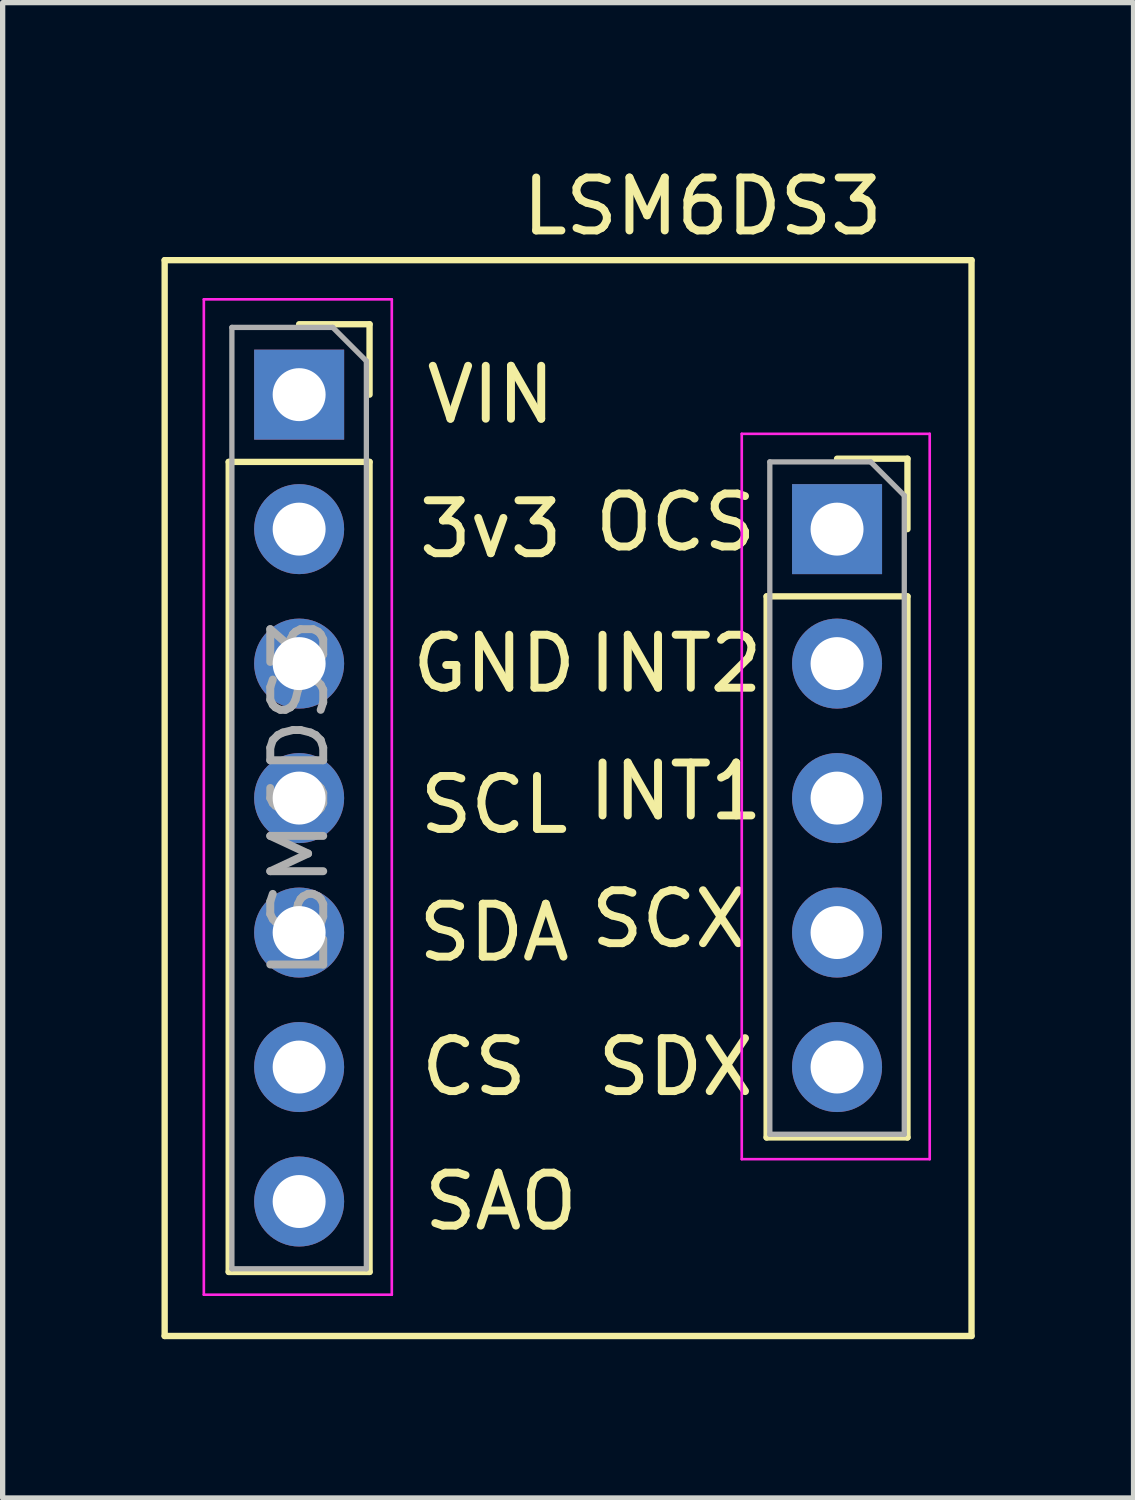
<source format=kicad_pcb>
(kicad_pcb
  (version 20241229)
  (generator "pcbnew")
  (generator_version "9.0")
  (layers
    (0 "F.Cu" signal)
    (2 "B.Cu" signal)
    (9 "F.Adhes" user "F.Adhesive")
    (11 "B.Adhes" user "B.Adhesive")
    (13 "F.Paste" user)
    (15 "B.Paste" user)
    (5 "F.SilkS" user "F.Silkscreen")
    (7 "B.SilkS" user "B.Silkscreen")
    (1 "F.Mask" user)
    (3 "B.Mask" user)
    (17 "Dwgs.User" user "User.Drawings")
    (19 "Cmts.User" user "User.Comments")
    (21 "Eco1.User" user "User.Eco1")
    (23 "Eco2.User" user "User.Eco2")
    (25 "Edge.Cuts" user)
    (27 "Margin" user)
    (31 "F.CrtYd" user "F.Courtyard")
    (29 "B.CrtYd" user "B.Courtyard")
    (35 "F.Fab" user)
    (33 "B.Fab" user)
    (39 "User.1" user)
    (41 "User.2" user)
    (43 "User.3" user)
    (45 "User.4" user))
  (footprint "LSM6DS3"
    (layer "F.Cu")
    (at 10.22 4.404)
    (property "Reference" "LSM6DS3" (at 0 -3.556 0) (layer "F.SilkS") (effects (font (size 1 1) (thickness 0.15))))
    (attr through_hole)
    (fp_line (start -10.16 -2.54) (end -10.16 17.78) (stroke (width 0.12) (type solid)) (layer "F.SilkS"))
    (fp_line (start -10.16 17.78) (end 5.08 17.78) (stroke (width 0.12) (type solid)) (layer "F.SilkS"))
    (fp_line (start -8.95 1.27) (end -8.95 16.57) (stroke (width 0.12) (type solid)) (layer "F.SilkS"))
    (fp_line (start -8.95 1.27) (end -6.29 1.27) (stroke (width 0.12) (type solid)) (layer "F.SilkS"))
    (fp_line (start -8.95 16.57) (end -6.29 16.57) (stroke (width 0.12) (type solid)) (layer "F.SilkS"))
    (fp_line (start -7.62 -1.33) (end -6.29 -1.33) (stroke (width 0.12) (type solid)) (layer "F.SilkS"))
    (fp_line (start -6.29 -1.33) (end -6.29 0) (stroke (width 0.12) (type solid)) (layer "F.SilkS"))
    (fp_line (start -6.29 1.27) (end -6.29 16.57) (stroke (width 0.12) (type solid)) (layer "F.SilkS"))
    (fp_line (start 1.21 3.81) (end 1.21 14.03) (stroke (width 0.12) (type solid)) (layer "F.SilkS"))
    (fp_line (start 1.21 3.81) (end 3.87 3.81) (stroke (width 0.12) (type solid)) (layer "F.SilkS"))
    (fp_line (start 1.21 14.03) (end 3.87 14.03) (stroke (width 0.12) (type solid)) (layer "F.SilkS"))
    (fp_line (start 2.54 1.21) (end 3.87 1.21) (stroke (width 0.12) (type solid)) (layer "F.SilkS"))
    (fp_line (start 3.87 1.21) (end 3.87 2.54) (stroke (width 0.12) (type solid)) (layer "F.SilkS"))
    (fp_line (start 3.87 3.81) (end 3.87 14.03) (stroke (width 0.12) (type solid)) (layer "F.SilkS"))
    (fp_line (start 5.08 -2.54) (end -10.16 -2.54) (stroke (width 0.12) (type solid)) (layer "F.SilkS"))
    (fp_line (start 5.08 17.78) (end 5.08 -2.54) (stroke (width 0.12) (type solid)) (layer "F.SilkS"))
    (fp_line (start -9.42 -1.8) (end -5.87 -1.8) (stroke (width 0.05) (type solid)) (layer "F.CrtYd"))
    (fp_line (start -9.42 17) (end -9.42 -1.8) (stroke (width 0.05) (type solid)) (layer "F.CrtYd"))
    (fp_line (start -5.87 -1.8) (end -5.87 17) (stroke (width 0.05) (type solid)) (layer "F.CrtYd"))
    (fp_line (start -5.87 17) (end -9.42 17) (stroke (width 0.05) (type solid)) (layer "F.CrtYd"))
    (fp_line (start 0.74 0.74) (end 4.29 0.74) (stroke (width 0.05) (type solid)) (layer "F.CrtYd"))
    (fp_line (start 0.74 14.44) (end 0.74 0.74) (stroke (width 0.05) (type solid)) (layer "F.CrtYd"))
    (fp_line (start 4.29 0.74) (end 4.29 14.44) (stroke (width 0.05) (type solid)) (layer "F.CrtYd"))
    (fp_line (start 4.29 14.44) (end 0.74 14.44) (stroke (width 0.05) (type solid)) (layer "F.CrtYd"))
    (fp_line (start -8.89 -1.27) (end -6.985 -1.27) (stroke (width 0.1) (type solid)) (layer "F.Fab"))
    (fp_line (start -8.89 16.51) (end -8.89 -1.27) (stroke (width 0.1) (type solid)) (layer "F.Fab"))
    (fp_line (start -6.985 -1.27) (end -6.35 -0.635) (stroke (width 0.1) (type solid)) (layer "F.Fab"))
    (fp_line (start -6.35 -0.635) (end -6.35 16.51) (stroke (width 0.1) (type solid)) (layer "F.Fab"))
    (fp_line (start -6.35 16.51) (end -8.89 16.51) (stroke (width 0.1) (type solid)) (layer "F.Fab"))
    (fp_line (start 1.27 1.27) (end 3.175 1.27) (stroke (width 0.1) (type solid)) (layer "F.Fab"))
    (fp_line (start 1.27 13.97) (end 1.27 1.27) (stroke (width 0.1) (type solid)) (layer "F.Fab"))
    (fp_line (start 3.175 1.27) (end 3.81 1.905) (stroke (width 0.1) (type solid)) (layer "F.Fab"))
    (fp_line (start 3.81 1.905) (end 3.81 13.97) (stroke (width 0.1) (type solid)) (layer "F.Fab"))
    (fp_line (start 3.81 13.97) (end 1.27 13.97) (stroke (width 0.1) (type solid)) (layer "F.Fab"))
    (fp_text user "SAO" (at -3.81 15.24 0) (layer "F.SilkS") (effects (font (size 1 1) (thickness 0.15))))
    (fp_text user "SDA" (at -3.937 10.16 0) (layer "F.SilkS") (effects (font (size 1 1) (thickness 0.15))))
    (fp_text user "INT2" (at -0.508 5.08 0) (layer "F.SilkS") (effects (font (size 1 1) (thickness 0.15))))
    (fp_text user "CS" (at -4.318 12.7 0) (layer "F.SilkS") (effects (font (size 1 1) (thickness 0.15))))
    (fp_text user "OCS" (at -0.508 2.413 0) (layer "F.SilkS") (effects (font (size 1 1) (thickness 0.15))))
    (fp_text user "SDX" (at -0.508 12.7 0) (layer "F.SilkS") (effects (font (size 1 1) (thickness 0.15))))
    (fp_text user "SCX" (at -0.635 9.906 0) (layer "F.SilkS") (effects (font (size 1 1) (thickness 0.15))))
    (fp_text user "VIN" (at -4 0 0) (layer "F.SilkS") (effects (font (size 1 1) (thickness 0.15))))
    (fp_text user "INT1" (at -0.508 7.493 0) (layer "F.SilkS") (effects (font (size 1 1) (thickness 0.15))))
    (fp_text user "SCL" (at -3.937 7.747 0) (layer "F.SilkS") (effects (font (size 1 1) (thickness 0.15))))
    (fp_text user "GND" (at -3.937 5.08 0) (layer "F.SilkS") (effects (font (size 1 1) (thickness 0.15))))
    (fp_text user "3v3" (at -4 2.54 0) (layer "F.SilkS") (effects (font (size 1 1) (thickness 0.15))))
    (fp_text user "${REFERENCE}" (at -7.62 7.62 90) (layer "F.Fab") (effects (font (size 1 1) (thickness 0.15))))
    (pad "1" thru_hole rect (at -7.62 0) (size 1.7 1.7) (drill 1) (layers "*.Cu" "*.Mask"))
    (pad "2" thru_hole oval (at -7.62 2.54) (size 1.7 1.7) (drill 1) (layers "*.Cu" "*.Mask"))
    (pad "3" thru_hole oval (at -7.62 5.08) (size 1.7 1.7) (drill 1) (layers "*.Cu" "*.Mask"))
    (pad "4" thru_hole oval (at -7.62 7.62) (size 1.7 1.7) (drill 1) (layers "*.Cu" "*.Mask"))
    (pad "5" thru_hole oval (at -7.62 10.16) (size 1.7 1.7) (drill 1) (layers "*.Cu" "*.Mask"))
    (pad "6" thru_hole oval (at -7.62 12.7) (size 1.7 1.7) (drill 1) (layers "*.Cu" "*.Mask"))
    (pad "7" thru_hole oval (at -7.62 15.24) (size 1.7 1.7) (drill 1) (layers "*.Cu" "*.Mask"))
    (pad "8" thru_hole rect (at 2.54 2.54) (size 1.7 1.7) (drill 1) (layers "*.Cu" "*.Mask"))
    (pad "9" thru_hole oval (at 2.54 5.08) (size 1.7 1.7) (drill 1) (layers "*.Cu" "*.Mask"))
    (pad "10" thru_hole oval (at 2.54 7.62) (size 1.7 1.7) (drill 1) (layers "*.Cu" "*.Mask"))
    (pad "11" thru_hole oval (at 2.54 10.16) (size 1.7 1.7) (drill 1) (layers "*.Cu" "*.Mask"))
    (pad "12" thru_hole oval (at 2.54 12.7) (size 1.7 1.7) (drill 1) (layers "*.Cu" "*.Mask")))
  (gr_rect
    (start -3 -3)
    (end 18.36 25.244)
    (stroke (width 0.1) (type default))
    (fill no)
    (layer "Edge.Cuts")))
</source>
